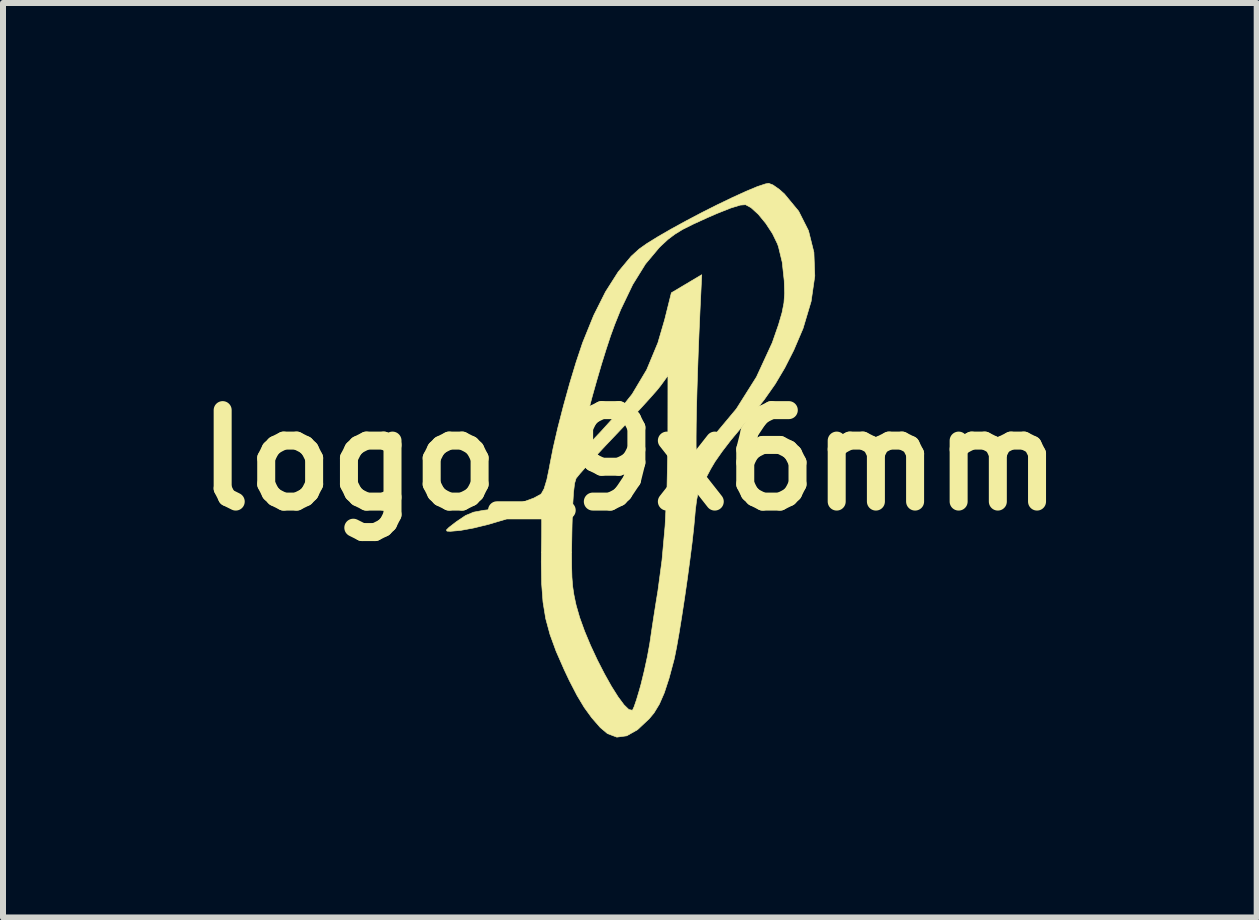
<source format=kicad_pcb>
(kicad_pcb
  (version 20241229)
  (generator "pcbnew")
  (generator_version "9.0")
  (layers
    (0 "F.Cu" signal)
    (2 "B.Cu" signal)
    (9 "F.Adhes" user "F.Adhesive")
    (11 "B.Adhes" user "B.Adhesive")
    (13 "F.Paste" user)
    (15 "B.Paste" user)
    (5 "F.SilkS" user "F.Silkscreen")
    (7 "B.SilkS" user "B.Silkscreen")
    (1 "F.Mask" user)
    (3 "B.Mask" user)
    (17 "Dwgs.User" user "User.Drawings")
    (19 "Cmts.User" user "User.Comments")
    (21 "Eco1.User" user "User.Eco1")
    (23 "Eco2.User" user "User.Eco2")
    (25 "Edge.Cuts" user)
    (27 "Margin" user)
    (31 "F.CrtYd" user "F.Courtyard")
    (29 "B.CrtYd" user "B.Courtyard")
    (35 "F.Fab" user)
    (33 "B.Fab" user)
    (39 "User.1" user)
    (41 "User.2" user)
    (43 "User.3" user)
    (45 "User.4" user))
  (footprint "logo_9x6mm"
    (layer "F.Cu")
    (at 7.446 4.619)
    (property "Reference" "logo_9x6mm" (at 0 0 0) (layer "F.SilkS") (effects (font (size 1.524 1.524) (thickness 0.3))))
    (attr through_hole)
    (fp_poly (pts (xy 2.386 -4.586) (xy 2.489 -4.514) (xy 2.575 -4.438) (xy 2.813 -4.15) (xy 2.977 -3.825) (xy 3.067 -3.464) (xy 3.082 -3.07) (xy 3.021 -2.647) (xy 2.886 -2.195) (xy 2.731 -1.832) (xy 2.581 -1.537) (xy 2.422 -1.269) (xy 2.239 -1.008) (xy 2.018 -0.73) (xy 1.833 -0.514) (xy 1.681 -0.332) (xy 1.537 -0.144) (xy 1.418 0.026) (xy 1.346 0.148) (xy 1.272 0.289) (xy 1.206 0.404) (xy 1.165 0.466) (xy 1.139 0.534) (xy 1.113 0.664) (xy 1.091 0.835) (xy 1.083 0.931) (xy 1.065 1.125) (xy 1.037 1.376) (xy 1 1.666) (xy 0.958 1.979) (xy 0.912 2.298) (xy 0.865 2.605) (xy 0.82 2.884) (xy 0.779 3.117) (xy 0.745 3.288) (xy 0.737 3.323) (xy 0.653 3.635) (xy 0.574 3.877) (xy 0.492 4.065) (xy 0.402 4.213) (xy 0.324 4.307) (xy 0.128 4.491) (xy -0.052 4.593) (xy -0.217 4.615) (xy -0.373 4.556) (xy -0.492 4.456) (xy -0.635 4.292) (xy -0.76 4.12) (xy -0.88 3.92) (xy -1.008 3.673) (xy -1.093 3.493) (xy -1.229 3.183) (xy -1.33 2.906) (xy -1.402 2.64) (xy -1.447 2.364) (xy -1.47 2.057) (xy -1.476 1.696) (xy -1.474 1.532) (xy -0.971 1.532) (xy -0.97 1.766) (xy -0.965 1.951) (xy -0.953 2.102) (xy -0.933 2.238) (xy -0.905 2.374) (xy -0.895 2.418) (xy -0.836 2.623) (xy -0.754 2.85) (xy -0.654 3.089) (xy -0.542 3.329) (xy -0.424 3.559) (xy -0.307 3.768) (xy -0.196 3.944) (xy -0.097 4.077) (xy -0.017 4.155) (xy 0.04 4.167) (xy 0.046 4.162) (xy 0.071 4.108) (xy 0.111 3.992) (xy 0.158 3.834) (xy 0.186 3.734) (xy 0.24 3.513) (xy 0.292 3.274) (xy 0.331 3.061) (xy 0.338 3.015) (xy 0.364 2.836) (xy 0.399 2.606) (xy 0.438 2.358) (xy 0.468 2.174) (xy 0.536 1.665) (xy 0.587 1.098) (xy 0.619 0.467) (xy 0.633 -0.238) (xy 0.634 -0.483) (xy 0.635 -1.41) (xy 0.515 -1.245) (xy 0.45 -1.164) (xy 0.336 -1.035) (xy 0.185 -0.869) (xy 0.008 -0.679) (xy -0.184 -0.476) (xy -0.225 -0.433) (xy -0.413 -0.235) (xy -0.583 -0.052) (xy -0.726 0.104) (xy -0.832 0.224) (xy -0.891 0.297) (xy -0.898 0.308) (xy -0.921 0.387) (xy -0.939 0.539) (xy -0.953 0.768) (xy -0.963 1.077) (xy -0.966 1.229) (xy -0.971 1.532) (xy -1.474 1.532) (xy -1.474 1.52) (xy -1.47 1.277) (xy -1.469 1.066) (xy -1.47 0.902) (xy -1.472 0.796) (xy -1.476 0.762) (xy -1.52 0.777) (xy -1.624 0.816) (xy -1.77 0.873) (xy -1.857 0.907) (xy -2.093 0.991) (xy -2.348 1.067) (xy -2.6 1.129) (xy -2.822 1.17) (xy -2.99 1.185) (xy -3.047 1.182) (xy -3.057 1.163) (xy -3.013 1.119) (xy -2.908 1.038) (xy -2.887 1.022) (xy -2.738 0.922) (xy -2.604 0.866) (xy -2.439 0.835) (xy -2.393 0.83) (xy -2.188 0.8) (xy -1.973 0.752) (xy -1.771 0.694) (xy -1.603 0.632) (xy -1.491 0.572) (xy -1.474 0.557) (xy -1.429 0.476) (xy -1.383 0.324) (xy -1.34 0.116) (xy -1.335 0.085) (xy -1.283 -0.179) (xy -0.823 -0.179) (xy -0.82 -0.173) (xy -0.79 -0.178) (xy -0.724 -0.229) (xy -0.62 -0.332) (xy -0.471 -0.49) (xy -0.273 -0.709) (xy -0.269 -0.714) (xy 0.039 -1.102) (xy 0.281 -1.508) (xy 0.467 -1.955) (xy 0.579 -2.337) (xy 0.692 -2.79) (xy 1.198 -3.091) (xy 1.17 -2.508) (xy 1.155 -2.169) (xy 1.141 -1.824) (xy 1.129 -1.485) (xy 1.119 -1.162) (xy 1.111 -0.865) (xy 1.106 -0.604) (xy 1.104 -0.39) (xy 1.104 -0.233) (xy 1.108 -0.144) (xy 1.112 -0.127) (xy 1.151 -0.156) (xy 1.232 -0.232) (xy 1.34 -0.34) (xy 1.378 -0.38) (xy 1.776 -0.857) (xy 2.11 -1.387) (xy 2.373 -1.957) (xy 2.477 -2.256) (xy 2.536 -2.458) (xy 2.568 -2.62) (xy 2.579 -2.78) (xy 2.573 -2.978) (xy 2.572 -2.996) (xy 2.539 -3.3) (xy 2.477 -3.556) (xy 2.46 -3.605) (xy 2.377 -3.776) (xy 2.265 -3.947) (xy 2.141 -4.098) (xy 2.02 -4.208) (xy 1.928 -4.258) (xy 1.839 -4.251) (xy 1.68 -4.202) (xy 1.449 -4.11) (xy 1.286 -4.039) (xy 1.054 -3.933) (xy 0.88 -3.846) (xy 0.747 -3.764) (xy 0.633 -3.678) (xy 0.519 -3.572) (xy 0.486 -3.539) (xy 0.26 -3.269) (xy 0.048 -2.927) (xy -0.153 -2.508) (xy -0.252 -2.262) (xy -0.321 -2.073) (xy -0.396 -1.845) (xy -0.475 -1.591) (xy -0.553 -1.324) (xy -0.628 -1.058) (xy -0.695 -0.804) (xy -0.752 -0.577) (xy -0.795 -0.388) (xy -0.819 -0.251) (xy -0.823 -0.179) (xy -1.283 -0.179) (xy -1.279 -0.2) (xy -1.201 -0.538) (xy -1.106 -0.907) (xy -1.002 -1.281) (xy -0.895 -1.635) (xy -0.791 -1.946) (xy -0.783 -1.968) (xy -0.603 -2.412) (xy -0.406 -2.805) (xy -0.195 -3.137) (xy 0.022 -3.398) (xy 0.155 -3.519) (xy 0.286 -3.612) (xy 0.469 -3.725) (xy 0.691 -3.853) (xy 0.939 -3.989) (xy 1.201 -4.127) (xy 1.463 -4.259) (xy 1.713 -4.379) (xy 1.937 -4.481) (xy 2.123 -4.559) (xy 2.258 -4.604) (xy 2.314 -4.614) (xy 2.386 -4.586)) (stroke (width 0.01) (type solid)) (fill yes) (layer "F.SilkS")))
  (gr_rect
    (start -3 -3)
    (end 17.892 12.239)
    (stroke (width 0.1) (type default))
    (fill no)
    (layer "Edge.Cuts")))
</source>
